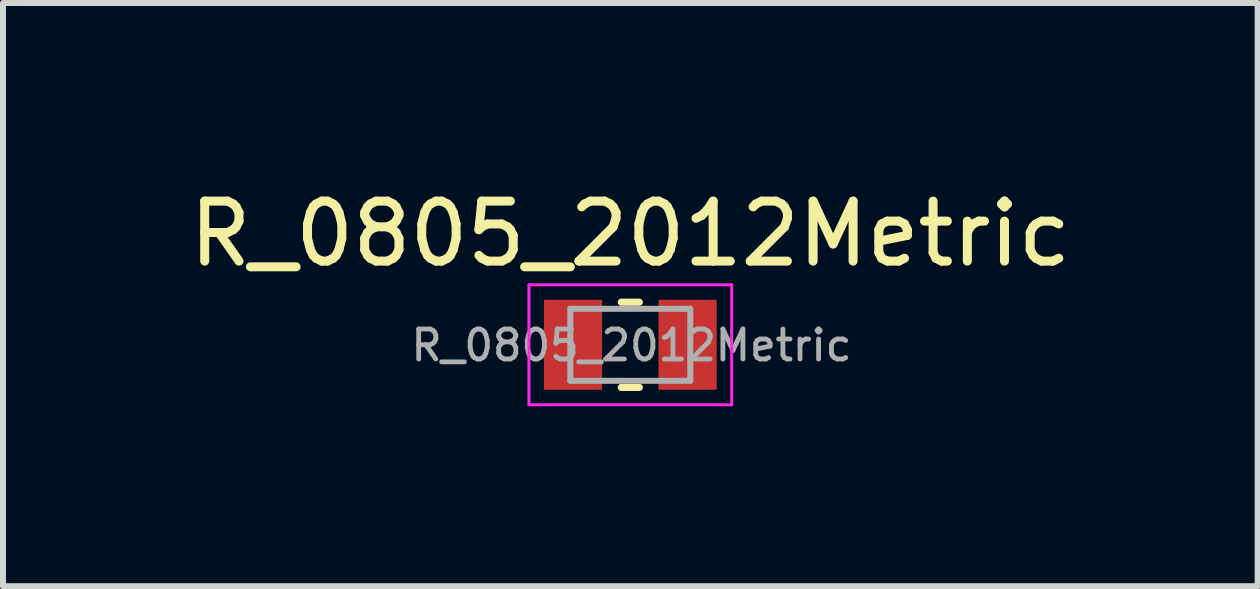
<source format=kicad_pcb>
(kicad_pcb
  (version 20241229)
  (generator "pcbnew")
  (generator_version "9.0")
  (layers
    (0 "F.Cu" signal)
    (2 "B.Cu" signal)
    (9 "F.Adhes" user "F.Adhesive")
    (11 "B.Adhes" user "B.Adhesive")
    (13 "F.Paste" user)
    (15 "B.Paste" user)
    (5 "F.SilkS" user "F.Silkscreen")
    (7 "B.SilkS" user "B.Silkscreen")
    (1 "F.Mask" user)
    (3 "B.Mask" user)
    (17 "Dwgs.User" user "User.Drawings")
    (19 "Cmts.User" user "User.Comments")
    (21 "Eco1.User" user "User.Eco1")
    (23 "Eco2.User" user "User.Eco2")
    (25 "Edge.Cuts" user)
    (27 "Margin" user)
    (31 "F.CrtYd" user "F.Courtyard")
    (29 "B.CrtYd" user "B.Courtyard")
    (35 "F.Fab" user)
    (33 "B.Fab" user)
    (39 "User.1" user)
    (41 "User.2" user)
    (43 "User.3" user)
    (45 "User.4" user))
  (footprint "R_0805_2012Metric"
    (layer "F.Cu")
    (at 7.458 2.698)
    (property "Reference" "R_0805_2012Metric" (at 0 -1.85 0) (layer "F.SilkS") (effects (font (size 1 1) (thickness 0.15))))
    (attr smd)
    (fp_line (start -0.15 -0.71) (end 0.15 -0.71) (stroke (width 0.12) (type solid)) (layer "F.SilkS"))
    (fp_line (start -0.15 0.71) (end 0.15 0.71) (stroke (width 0.12) (type solid)) (layer "F.SilkS"))
    (fp_line (start -1.69 -1) (end 1.69 -1) (stroke (width 0.05) (type solid)) (layer "F.CrtYd"))
    (fp_line (start -1.69 1) (end -1.69 -1) (stroke (width 0.05) (type solid)) (layer "F.CrtYd"))
    (fp_line (start 1.69 -1) (end 1.69 1) (stroke (width 0.05) (type solid)) (layer "F.CrtYd"))
    (fp_line (start 1.69 1) (end -1.69 1) (stroke (width 0.05) (type solid)) (layer "F.CrtYd"))
    (fp_line (start -1 -0.6) (end 1 -0.6) (stroke (width 0.1) (type solid)) (layer "F.Fab"))
    (fp_line (start -1 0.6) (end -1 -0.6) (stroke (width 0.1) (type solid)) (layer "F.Fab"))
    (fp_line (start 1 -0.6) (end 1 0.6) (stroke (width 0.1) (type solid)) (layer "F.Fab"))
    (fp_line (start 1 0.6) (end -1 0.6) (stroke (width 0.1) (type solid)) (layer "F.Fab"))
    (fp_text user "${REFERENCE}" (at 0.02 0.01 0) (layer "F.Fab") (effects (font (size 0.5 0.5) (thickness 0.08))))
    (pad "1" smd rect (at -0.955 0) (size 0.97 1.5) (layers "F.Cu" "F.Mask" "F.Paste"))
    (pad "2" smd rect (at 0.955 0) (size 0.97 1.5) (layers "F.Cu" "F.Mask" "F.Paste")))
  (gr_rect
    (start -3 -3)
    (end 17.917 6.723)
    (stroke (width 0.1) (type default))
    (fill no)
    (layer "Edge.Cuts")))
</source>
